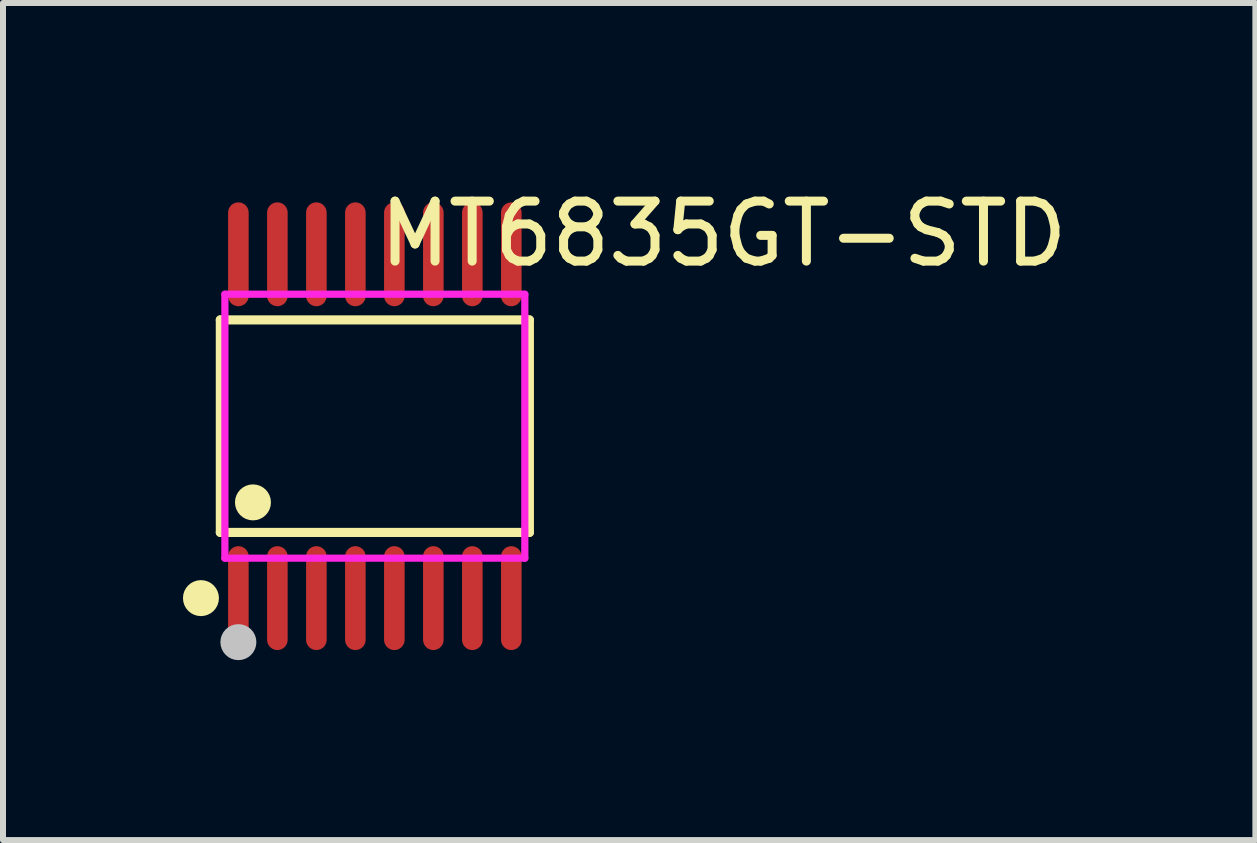
<source format=kicad_pcb>
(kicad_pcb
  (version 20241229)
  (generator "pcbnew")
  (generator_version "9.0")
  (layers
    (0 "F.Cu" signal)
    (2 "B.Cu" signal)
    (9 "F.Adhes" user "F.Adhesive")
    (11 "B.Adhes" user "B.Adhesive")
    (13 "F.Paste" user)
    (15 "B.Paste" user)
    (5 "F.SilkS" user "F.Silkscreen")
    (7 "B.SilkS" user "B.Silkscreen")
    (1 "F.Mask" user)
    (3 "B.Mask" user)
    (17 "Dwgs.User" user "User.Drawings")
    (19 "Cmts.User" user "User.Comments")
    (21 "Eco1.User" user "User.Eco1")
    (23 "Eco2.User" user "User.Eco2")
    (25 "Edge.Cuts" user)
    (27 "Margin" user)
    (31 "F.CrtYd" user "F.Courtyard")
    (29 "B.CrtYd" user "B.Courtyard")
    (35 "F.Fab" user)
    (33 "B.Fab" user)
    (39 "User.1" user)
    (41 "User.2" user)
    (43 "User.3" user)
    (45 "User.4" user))
  (footprint "MT6835GT-STD"
    (layer "F.Cu")
    (at 3.199 4.055)
    (property "Reference" "MT6835GT-STD" (at 0 -3.207 0) (layer "F.SilkS") (effects (font (size 1 1) (thickness 0.15)) (justify left)))
    (attr through_hole)
    (fp_line (start -2.576 -1.772) (end 2.576 -1.772) (stroke (width 0.152) (type solid)) (layer "F.SilkS"))
    (fp_line (start -2.576 1.771) (end -2.576 -1.772) (stroke (width 0.152) (type solid)) (layer "F.SilkS"))
    (fp_line (start 2.576 -1.772) (end 2.576 1.771) (stroke (width 0.152) (type solid)) (layer "F.SilkS"))
    (fp_line (start 2.576 1.771) (end -2.576 1.771) (stroke (width 0.152) (type solid)) (layer "F.SilkS"))
    (fp_circle (center -2.899 2.866) (end -2.749 2.866) (stroke (width 0.3) (type solid)) (fill no) (layer "F.SilkS"))
    (fp_circle (center -2.032 1.27) (end -1.882 1.27) (stroke (width 0.3) (type solid)) (fill no) (layer "F.SilkS"))
    (fp_circle (center -2.275 3.6) (end -2.125 3.6) (stroke (width 0.3) (type solid)) (fill no) (layer "Dwgs.User"))
    (fp_line (start -2.398 -2.61) (end -2.398 -2.19) (stroke (width 0.12) (type solid)) (layer "Eco2.User"))
    (fp_line (start -2.398 -2.19) (end -2.152 -2.19) (stroke (width 0.12) (type solid)) (layer "Eco2.User"))
    (fp_line (start -2.398 2.19) (end -2.152 2.19) (stroke (width 0.12) (type solid)) (layer "Eco2.User"))
    (fp_line (start -2.398 2.61) (end -2.398 2.19) (stroke (width 0.12) (type solid)) (layer "Eco2.User"))
    (fp_line (start -2.152 -2.61) (end -2.398 -2.61) (stroke (width 0.12) (type solid)) (layer "Eco2.User"))
    (fp_line (start -2.152 -2.19) (end -2.152 -2.61) (stroke (width 0.12) (type solid)) (layer "Eco2.User"))
    (fp_line (start -2.152 2.19) (end -2.152 2.61) (stroke (width 0.12) (type solid)) (layer "Eco2.User"))
    (fp_line (start -2.152 2.61) (end -2.398 2.61) (stroke (width 0.12) (type solid)) (layer "Eco2.User"))
    (fp_line (start -1.747 -2.61) (end -1.747 -2.19) (stroke (width 0.12) (type solid)) (layer "Eco2.User"))
    (fp_line (start -1.747 -2.19) (end -1.503 -2.19) (stroke (width 0.12) (type solid)) (layer "Eco2.User"))
    (fp_line (start -1.747 2.19) (end -1.503 2.19) (stroke (width 0.12) (type solid)) (layer "Eco2.User"))
    (fp_line (start -1.747 2.61) (end -1.747 2.19) (stroke (width 0.12) (type solid)) (layer "Eco2.User"))
    (fp_line (start -1.503 -2.61) (end -1.747 -2.61) (stroke (width 0.12) (type solid)) (layer "Eco2.User"))
    (fp_line (start -1.503 -2.19) (end -1.503 -2.61) (stroke (width 0.12) (type solid)) (layer "Eco2.User"))
    (fp_line (start -1.503 2.19) (end -1.503 2.61) (stroke (width 0.12) (type solid)) (layer "Eco2.User"))
    (fp_line (start -1.503 2.61) (end -1.747 2.61) (stroke (width 0.12) (type solid)) (layer "Eco2.User"))
    (fp_line (start -1.098 -2.61) (end -1.098 -2.19) (stroke (width 0.12) (type solid)) (layer "Eco2.User"))
    (fp_line (start -1.098 -2.19) (end -0.853 -2.19) (stroke (width 0.12) (type solid)) (layer "Eco2.User"))
    (fp_line (start -1.098 2.19) (end -0.853 2.19) (stroke (width 0.12) (type solid)) (layer "Eco2.User"))
    (fp_line (start -1.098 2.61) (end -1.098 2.19) (stroke (width 0.12) (type solid)) (layer "Eco2.User"))
    (fp_line (start -0.853 -2.61) (end -1.098 -2.61) (stroke (width 0.12) (type solid)) (layer "Eco2.User"))
    (fp_line (start -0.853 -2.19) (end -0.853 -2.61) (stroke (width 0.12) (type solid)) (layer "Eco2.User"))
    (fp_line (start -0.853 2.19) (end -0.853 2.61) (stroke (width 0.12) (type solid)) (layer "Eco2.User"))
    (fp_line (start -0.853 2.61) (end -1.098 2.61) (stroke (width 0.12) (type solid)) (layer "Eco2.User"))
    (fp_line (start -0.447 -2.61) (end -0.447 -2.19) (stroke (width 0.12) (type solid)) (layer "Eco2.User"))
    (fp_line (start -0.447 -2.19) (end -0.202 -2.19) (stroke (width 0.12) (type solid)) (layer "Eco2.User"))
    (fp_line (start -0.447 2.19) (end -0.202 2.19) (stroke (width 0.12) (type solid)) (layer "Eco2.User"))
    (fp_line (start -0.447 2.61) (end -0.447 2.19) (stroke (width 0.12) (type solid)) (layer "Eco2.User"))
    (fp_line (start -0.202 -2.61) (end -0.447 -2.61) (stroke (width 0.12) (type solid)) (layer "Eco2.User"))
    (fp_line (start -0.202 -2.19) (end -0.202 -2.61) (stroke (width 0.12) (type solid)) (layer "Eco2.User"))
    (fp_line (start -0.202 2.19) (end -0.202 2.61) (stroke (width 0.12) (type solid)) (layer "Eco2.User"))
    (fp_line (start -0.202 2.61) (end -0.447 2.61) (stroke (width 0.12) (type solid)) (layer "Eco2.User"))
    (fp_line (start 0.202 -2.61) (end 0.202 -2.19) (stroke (width 0.12) (type solid)) (layer "Eco2.User"))
    (fp_line (start 0.202 -2.19) (end 0.447 -2.19) (stroke (width 0.12) (type solid)) (layer "Eco2.User"))
    (fp_line (start 0.202 2.19) (end 0.447 2.19) (stroke (width 0.12) (type solid)) (layer "Eco2.User"))
    (fp_line (start 0.202 2.61) (end 0.202 2.19) (stroke (width 0.12) (type solid)) (layer "Eco2.User"))
    (fp_line (start 0.447 -2.61) (end 0.202 -2.61) (stroke (width 0.12) (type solid)) (layer "Eco2.User"))
    (fp_line (start 0.447 -2.19) (end 0.447 -2.61) (stroke (width 0.12) (type solid)) (layer "Eco2.User"))
    (fp_line (start 0.447 2.19) (end 0.447 2.61) (stroke (width 0.12) (type solid)) (layer "Eco2.User"))
    (fp_line (start 0.447 2.61) (end 0.202 2.61) (stroke (width 0.12) (type solid)) (layer "Eco2.User"))
    (fp_line (start 0.853 -2.61) (end 0.853 -2.19) (stroke (width 0.12) (type solid)) (layer "Eco2.User"))
    (fp_line (start 0.853 -2.19) (end 1.098 -2.19) (stroke (width 0.12) (type solid)) (layer "Eco2.User"))
    (fp_line (start 0.853 2.19) (end 1.098 2.19) (stroke (width 0.12) (type solid)) (layer "Eco2.User"))
    (fp_line (start 0.853 2.61) (end 0.853 2.19) (stroke (width 0.12) (type solid)) (layer "Eco2.User"))
    (fp_line (start 1.098 -2.61) (end 0.853 -2.61) (stroke (width 0.12) (type solid)) (layer "Eco2.User"))
    (fp_line (start 1.098 -2.19) (end 1.098 -2.61) (stroke (width 0.12) (type solid)) (layer "Eco2.User"))
    (fp_line (start 1.098 2.19) (end 1.098 2.61) (stroke (width 0.12) (type solid)) (layer "Eco2.User"))
    (fp_line (start 1.098 2.61) (end 0.853 2.61) (stroke (width 0.12) (type solid)) (layer "Eco2.User"))
    (fp_line (start 1.503 -2.61) (end 1.503 -2.19) (stroke (width 0.12) (type solid)) (layer "Eco2.User"))
    (fp_line (start 1.503 -2.19) (end 1.747 -2.19) (stroke (width 0.12) (type solid)) (layer "Eco2.User"))
    (fp_line (start 1.503 2.19) (end 1.747 2.19) (stroke (width 0.12) (type solid)) (layer "Eco2.User"))
    (fp_line (start 1.503 2.61) (end 1.503 2.19) (stroke (width 0.12) (type solid)) (layer "Eco2.User"))
    (fp_line (start 1.747 -2.61) (end 1.503 -2.61) (stroke (width 0.12) (type solid)) (layer "Eco2.User"))
    (fp_line (start 1.747 -2.19) (end 1.747 -2.61) (stroke (width 0.12) (type solid)) (layer "Eco2.User"))
    (fp_line (start 1.747 2.19) (end 1.747 2.61) (stroke (width 0.12) (type solid)) (layer "Eco2.User"))
    (fp_line (start 1.747 2.61) (end 1.503 2.61) (stroke (width 0.12) (type solid)) (layer "Eco2.User"))
    (fp_line (start 2.152 -2.61) (end 2.152 -2.19) (stroke (width 0.12) (type solid)) (layer "Eco2.User"))
    (fp_line (start 2.152 -2.19) (end 2.398 -2.19) (stroke (width 0.12) (type solid)) (layer "Eco2.User"))
    (fp_line (start 2.152 2.19) (end 2.398 2.19) (stroke (width 0.12) (type solid)) (layer "Eco2.User"))
    (fp_line (start 2.152 2.61) (end 2.152 2.19) (stroke (width 0.12) (type solid)) (layer "Eco2.User"))
    (fp_line (start 2.398 -2.61) (end 2.152 -2.61) (stroke (width 0.12) (type solid)) (layer "Eco2.User"))
    (fp_line (start 2.398 -2.19) (end 2.398 -2.61) (stroke (width 0.12) (type solid)) (layer "Eco2.User"))
    (fp_line (start 2.398 2.19) (end 2.398 2.61) (stroke (width 0.12) (type solid)) (layer "Eco2.User"))
    (fp_line (start 2.398 2.61) (end 2.152 2.61) (stroke (width 0.12) (type solid)) (layer "Eco2.User"))
    (fp_circle (center -2.5 3.2) (end -2.47 3.2) (stroke (width 0.06) (type solid)) (fill no) (layer "Eco2.User"))
    (fp_poly (pts (xy -2.398 -3.2) (xy -2.398 -2.6) (xy -2.152 -2.6) (xy -2.152 -3.2)) (stroke (width 0.12) (type solid)) (fill no) (layer "Eco2.User"))
    (fp_poly (pts (xy -2.398 3.2) (xy -2.398 2.6) (xy -2.152 2.6) (xy -2.152 3.2)) (stroke (width 0.12) (type solid)) (fill no) (layer "Eco2.User"))
    (fp_poly (pts (xy -1.747 -3.2) (xy -1.747 -2.6) (xy -1.503 -2.6) (xy -1.503 -3.2)) (stroke (width 0.12) (type solid)) (fill no) (layer "Eco2.User"))
    (fp_poly (pts (xy -1.747 3.2) (xy -1.747 2.6) (xy -1.503 2.6) (xy -1.503 3.2)) (stroke (width 0.12) (type solid)) (fill no) (layer "Eco2.User"))
    (fp_poly (pts (xy -1.098 -3.2) (xy -1.098 -2.6) (xy -0.853 -2.6) (xy -0.853 -3.2)) (stroke (width 0.12) (type solid)) (fill no) (layer "Eco2.User"))
    (fp_poly (pts (xy -1.098 3.2) (xy -1.098 2.6) (xy -0.853 2.6) (xy -0.853 3.2)) (stroke (width 0.12) (type solid)) (fill no) (layer "Eco2.User"))
    (fp_poly (pts (xy -0.447 -3.2) (xy -0.447 -2.6) (xy -0.202 -2.6) (xy -0.202 -3.2)) (stroke (width 0.12) (type solid)) (fill no) (layer "Eco2.User"))
    (fp_poly (pts (xy -0.447 3.2) (xy -0.447 2.6) (xy -0.202 2.6) (xy -0.202 3.2)) (stroke (width 0.12) (type solid)) (fill no) (layer "Eco2.User"))
    (fp_poly (pts (xy 0.202 -3.2) (xy 0.202 -2.6) (xy 0.447 -2.6) (xy 0.447 -3.2)) (stroke (width 0.12) (type solid)) (fill no) (layer "Eco2.User"))
    (fp_poly (pts (xy 0.202 3.2) (xy 0.202 2.6) (xy 0.447 2.6) (xy 0.447 3.2)) (stroke (width 0.12) (type solid)) (fill no) (layer "Eco2.User"))
    (fp_poly (pts (xy 0.853 -3.2) (xy 0.853 -2.6) (xy 1.098 -2.6) (xy 1.098 -3.2)) (stroke (width 0.12) (type solid)) (fill no) (layer "Eco2.User"))
    (fp_poly (pts (xy 0.853 3.2) (xy 0.853 2.6) (xy 1.098 2.6) (xy 1.098 3.2)) (stroke (width 0.12) (type solid)) (fill no) (layer "Eco2.User"))
    (fp_poly (pts (xy 1.503 -3.2) (xy 1.503 -2.6) (xy 1.747 -2.6) (xy 1.747 -3.2)) (stroke (width 0.12) (type solid)) (fill no) (layer "Eco2.User"))
    (fp_poly (pts (xy 1.503 3.2) (xy 1.503 2.6) (xy 1.747 2.6) (xy 1.747 3.2)) (stroke (width 0.12) (type solid)) (fill no) (layer "Eco2.User"))
    (fp_poly (pts (xy 2.152 -3.2) (xy 2.152 -2.6) (xy 2.398 -2.6) (xy 2.398 -3.2)) (stroke (width 0.12) (type solid)) (fill no) (layer "Eco2.User"))
    (fp_poly (pts (xy 2.152 3.2) (xy 2.152 2.6) (xy 2.398 2.6) (xy 2.398 3.2)) (stroke (width 0.12) (type solid)) (fill no) (layer "Eco2.User"))
    (fp_line (start -2.5 -2.2) (end 2.5 -2.2) (stroke (width 0.12) (type solid)) (layer "F.CrtYd"))
    (fp_line (start -2.5 2.2) (end -2.5 -2.2) (stroke (width 0.12) (type solid)) (layer "F.CrtYd"))
    (fp_line (start 2.5 -2.2) (end 2.5 2.2) (stroke (width 0.12) (type solid)) (layer "F.CrtYd"))
    (fp_line (start 2.5 2.2) (end -2.5 2.2) (stroke (width 0.12) (type solid)) (layer "F.CrtYd"))
    (pad "1" smd oval (at -2.275 2.866) (size 0.343 1.731) (layers "F.Cu" "F.Mask" "F.Paste"))
    (pad "2" smd oval (at -1.625 2.866) (size 0.343 1.731) (layers "F.Cu" "F.Mask" "F.Paste"))
    (pad "3" smd oval (at -0.975 2.866) (size 0.343 1.731) (layers "F.Cu" "F.Mask" "F.Paste"))
    (pad "4" smd oval (at -0.325 2.866) (size 0.343 1.731) (layers "F.Cu" "F.Mask" "F.Paste"))
    (pad "5" smd oval (at 0.325 2.866) (size 0.343 1.731) (layers "F.Cu" "F.Mask" "F.Paste"))
    (pad "6" smd oval (at 0.975 2.866) (size 0.343 1.731) (layers "F.Cu" "F.Mask" "F.Paste"))
    (pad "7" smd oval (at 1.625 2.866) (size 0.343 1.731) (layers "F.Cu" "F.Mask" "F.Paste"))
    (pad "8" smd oval (at 2.275 2.866) (size 0.343 1.731) (layers "F.Cu" "F.Mask" "F.Paste"))
    (pad "9" smd oval (at 2.275 -2.866) (size 0.343 1.731) (layers "F.Cu" "F.Mask" "F.Paste"))
    (pad "10" smd oval (at 1.625 -2.866) (size 0.343 1.731) (layers "F.Cu" "F.Mask" "F.Paste"))
    (pad "11" smd oval (at 0.975 -2.866) (size 0.343 1.731) (layers "F.Cu" "F.Mask" "F.Paste"))
    (pad "12" smd oval (at 0.325 -2.866) (size 0.343 1.731) (layers "F.Cu" "F.Mask" "F.Paste"))
    (pad "13" smd oval (at -0.325 -2.866) (size 0.343 1.731) (layers "F.Cu" "F.Mask" "F.Paste"))
    (pad "14" smd oval (at -0.975 -2.866) (size 0.343 1.731) (layers "F.Cu" "F.Mask" "F.Paste"))
    (pad "15" smd oval (at -1.625 -2.866) (size 0.343 1.731) (layers "F.Cu" "F.Mask" "F.Paste"))
    (pad "16" smd oval (at -2.275 -2.866) (size 0.343 1.731) (layers "F.Cu" "F.Mask" "F.Paste")))
  (gr_rect
    (start -3 -3)
    (end 17.878 10.955)
    (stroke (width 0.1) (type default))
    (fill no)
    (layer "Edge.Cuts")))
</source>
